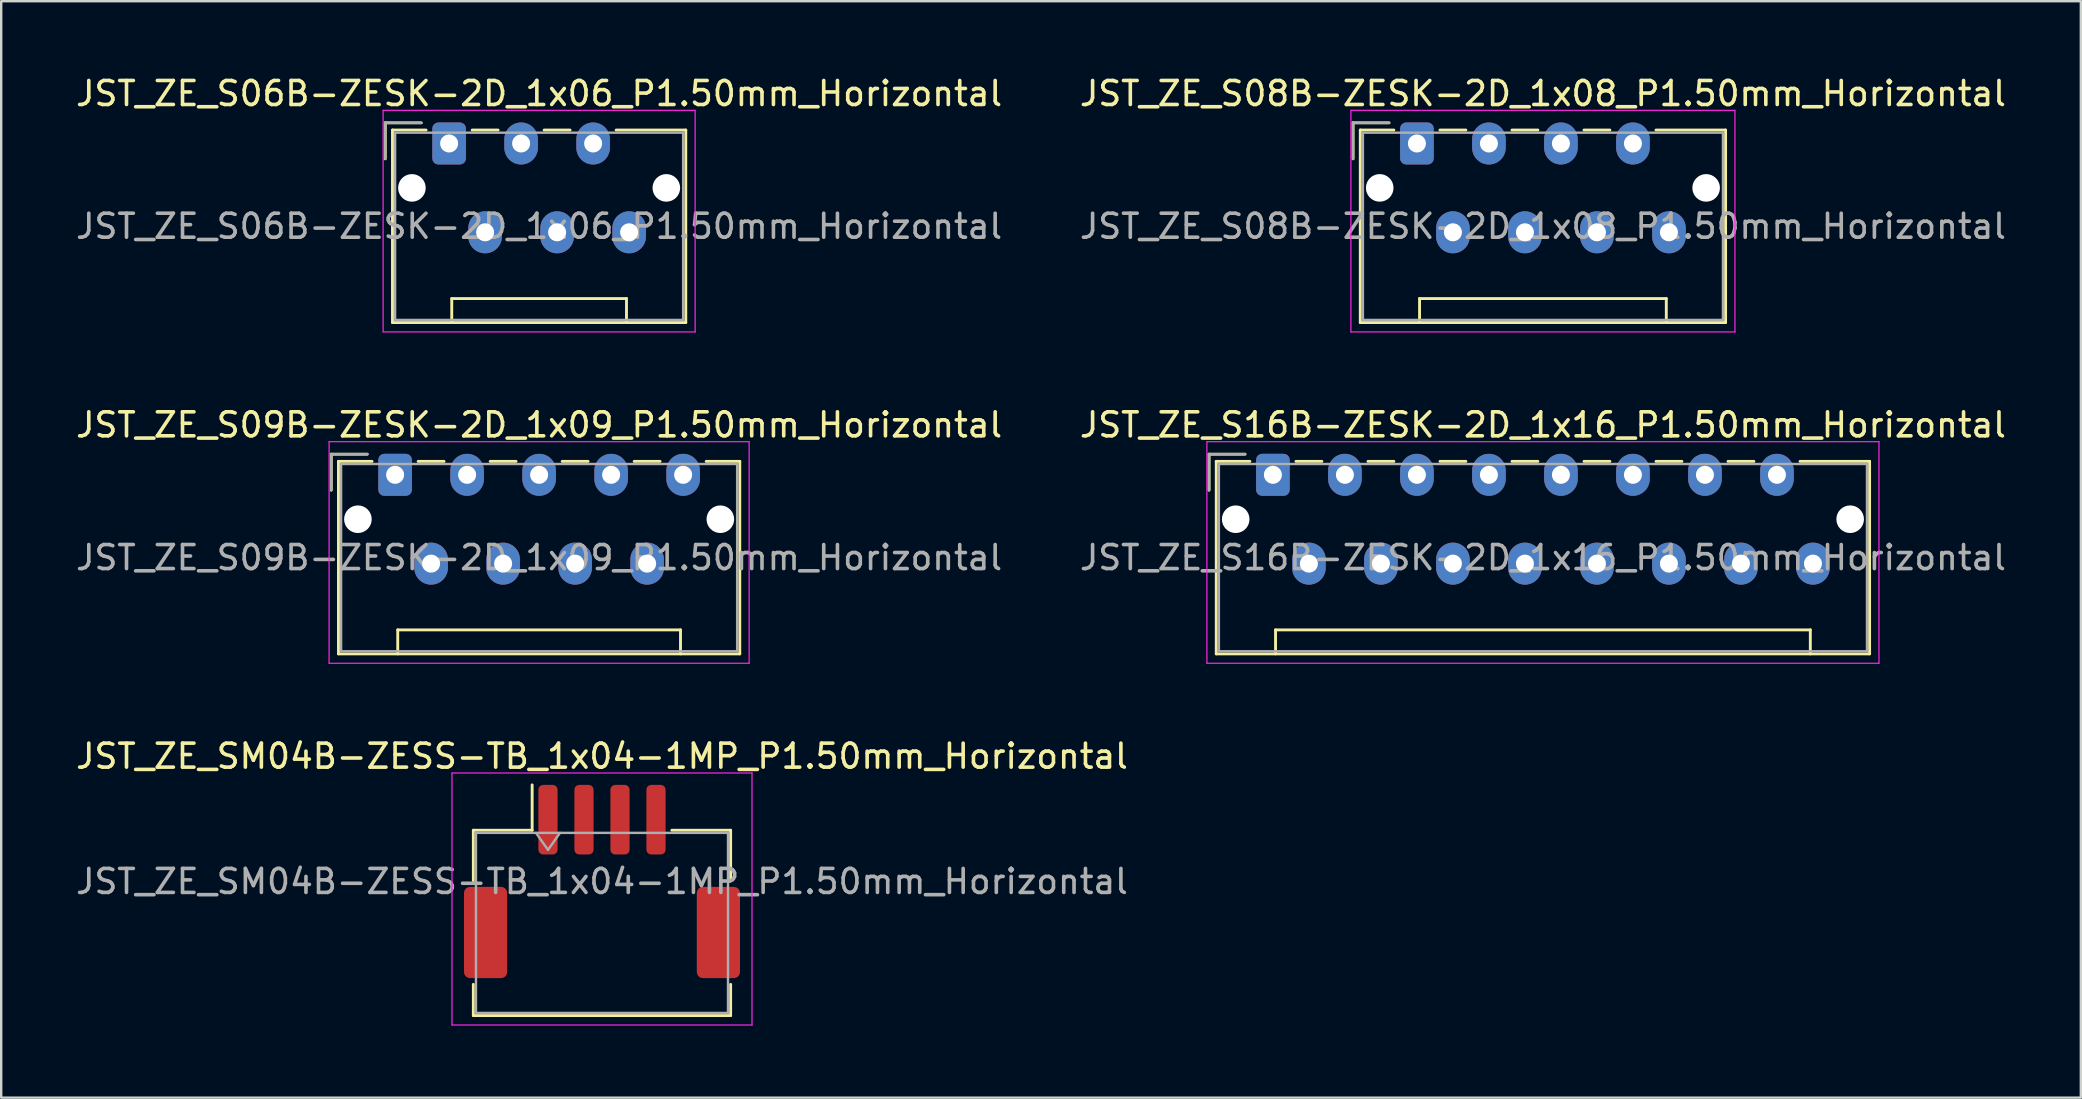
<source format=kicad_pcb>
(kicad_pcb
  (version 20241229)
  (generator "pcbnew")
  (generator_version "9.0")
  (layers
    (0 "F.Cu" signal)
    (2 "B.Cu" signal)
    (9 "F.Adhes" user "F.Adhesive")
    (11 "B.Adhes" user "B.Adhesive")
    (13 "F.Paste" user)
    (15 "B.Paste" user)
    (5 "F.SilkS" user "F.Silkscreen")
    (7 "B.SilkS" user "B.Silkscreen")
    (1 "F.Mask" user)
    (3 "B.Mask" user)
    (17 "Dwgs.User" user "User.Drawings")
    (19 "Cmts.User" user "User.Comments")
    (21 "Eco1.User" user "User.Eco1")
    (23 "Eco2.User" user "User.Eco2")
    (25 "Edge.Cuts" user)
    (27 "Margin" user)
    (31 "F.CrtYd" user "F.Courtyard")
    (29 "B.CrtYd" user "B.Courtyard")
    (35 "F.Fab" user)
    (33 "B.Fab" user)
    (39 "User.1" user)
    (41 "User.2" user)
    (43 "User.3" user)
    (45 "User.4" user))
  (footprint "JST_ZE_S16B-ZESK-2D_1x16_P1.50mm_Horizontal"
    (layer "F.Cu")
    (at 49.982 16.732)
    (property "Reference" "JST_ZE_S16B-ZESK-2D_1x16_P1.50mm_Horizontal" (at 11.25 -2.08 0) (layer "F.SilkS") (effects (font (size 1 1) (thickness 0.15))))
    (attr through_hole)
    (fp_line (start -2.66 -0.86) (end -1.16 -0.86) (stroke (width 0.12) (type solid)) (layer "F.SilkS"))
    (fp_line (start -2.66 0.64) (end -2.66 -0.86) (stroke (width 0.12) (type solid)) (layer "F.SilkS"))
    (fp_line (start -2.36 -0.56) (end -2.36 7.46) (stroke (width 0.12) (type solid)) (layer "F.SilkS"))
    (fp_line (start -2.36 7.46) (end 24.86 7.46) (stroke (width 0.12) (type solid)) (layer "F.SilkS"))
    (fp_line (start -0.96 -0.56) (end -2.36 -0.56) (stroke (width 0.12) (type solid)) (layer "F.SilkS"))
    (fp_line (start 0.11 6.46) (end 22.39 6.46) (stroke (width 0.12) (type solid)) (layer "F.SilkS"))
    (fp_line (start 0.11 7.46) (end 0.11 6.46) (stroke (width 0.12) (type solid)) (layer "F.SilkS"))
    (fp_line (start 0.96 -0.56) (end 2.04 -0.56) (stroke (width 0.12) (type solid)) (layer "F.SilkS"))
    (fp_line (start 3.96 -0.56) (end 5.04 -0.56) (stroke (width 0.12) (type solid)) (layer "F.SilkS"))
    (fp_line (start 6.96 -0.56) (end 8.04 -0.56) (stroke (width 0.12) (type solid)) (layer "F.SilkS"))
    (fp_line (start 9.96 -0.56) (end 11.04 -0.56) (stroke (width 0.12) (type solid)) (layer "F.SilkS"))
    (fp_line (start 12.96 -0.56) (end 14.04 -0.56) (stroke (width 0.12) (type solid)) (layer "F.SilkS"))
    (fp_line (start 15.96 -0.56) (end 17.04 -0.56) (stroke (width 0.12) (type solid)) (layer "F.SilkS"))
    (fp_line (start 18.96 -0.56) (end 20.04 -0.56) (stroke (width 0.12) (type solid)) (layer "F.SilkS"))
    (fp_line (start 22.39 6.46) (end 22.39 7.46) (stroke (width 0.12) (type solid)) (layer "F.SilkS"))
    (fp_line (start 24.86 -0.56) (end 21.96 -0.56) (stroke (width 0.12) (type solid)) (layer "F.SilkS"))
    (fp_line (start 24.86 7.46) (end 24.86 -0.56) (stroke (width 0.12) (type solid)) (layer "F.SilkS"))
    (fp_line (start -2.75 -1.38) (end -2.75 7.85) (stroke (width 0.05) (type solid)) (layer "F.CrtYd"))
    (fp_line (start -2.75 7.85) (end 25.25 7.85) (stroke (width 0.05) (type solid)) (layer "F.CrtYd"))
    (fp_line (start 25.25 -1.38) (end -2.75 -1.38) (stroke (width 0.05) (type solid)) (layer "F.CrtYd"))
    (fp_line (start 25.25 7.85) (end 25.25 -1.38) (stroke (width 0.05) (type solid)) (layer "F.CrtYd"))
    (fp_line (start -2.66 -0.86) (end -1.16 -0.86) (stroke (width 0.1) (type solid)) (layer "F.Fab"))
    (fp_line (start -2.66 0.64) (end -2.66 -0.86) (stroke (width 0.1) (type solid)) (layer "F.Fab"))
    (fp_line (start -2.25 -0.45) (end -2.25 7.35) (stroke (width 0.1) (type solid)) (layer "F.Fab"))
    (fp_line (start -2.25 7.35) (end 24.75 7.35) (stroke (width 0.1) (type solid)) (layer "F.Fab"))
    (fp_line (start 24.75 -0.45) (end -2.25 -0.45) (stroke (width 0.1) (type solid)) (layer "F.Fab"))
    (fp_line (start 24.75 7.35) (end 24.75 -0.45) (stroke (width 0.1) (type solid)) (layer "F.Fab"))
    (fp_text user "${REFERENCE}" (at 11.25 3.45 0) (layer "F.Fab") (effects (font (size 1 1) (thickness 0.15))))
    (pad "" np_thru_hole circle (at -1.55 1.85) (size 1.15 1.15) (drill 1.15) (layers "*.Cu" "*.Mask"))
    (pad "" np_thru_hole circle (at 24.05 1.85) (size 1.15 1.15) (drill 1.15) (layers "*.Cu" "*.Mask"))
    (pad "1" thru_hole roundrect (at 0 0) (size 1.4 1.75) (drill 0.75) (layers "*.Cu" "*.Mask") (roundrect_rratio 0.179))
    (pad "2" thru_hole oval (at 1.5 3.7) (size 1.4 1.75) (drill 0.75) (layers "*.Cu" "*.Mask"))
    (pad "3" thru_hole oval (at 3 0) (size 1.4 1.75) (drill 0.75) (layers "*.Cu" "*.Mask"))
    (pad "4" thru_hole oval (at 4.5 3.7) (size 1.4 1.75) (drill 0.75) (layers "*.Cu" "*.Mask"))
    (pad "5" thru_hole oval (at 6 0) (size 1.4 1.75) (drill 0.75) (layers "*.Cu" "*.Mask"))
    (pad "6" thru_hole oval (at 7.5 3.7) (size 1.4 1.75) (drill 0.75) (layers "*.Cu" "*.Mask"))
    (pad "7" thru_hole oval (at 9 0) (size 1.4 1.75) (drill 0.75) (layers "*.Cu" "*.Mask"))
    (pad "8" thru_hole oval (at 10.5 3.7) (size 1.4 1.75) (drill 0.75) (layers "*.Cu" "*.Mask"))
    (pad "9" thru_hole oval (at 12 0) (size 1.4 1.75) (drill 0.75) (layers "*.Cu" "*.Mask"))
    (pad "10" thru_hole oval (at 13.5 3.7) (size 1.4 1.75) (drill 0.75) (layers "*.Cu" "*.Mask"))
    (pad "11" thru_hole oval (at 15 0) (size 1.4 1.75) (drill 0.75) (layers "*.Cu" "*.Mask"))
    (pad "12" thru_hole oval (at 16.5 3.7) (size 1.4 1.75) (drill 0.75) (layers "*.Cu" "*.Mask"))
    (pad "13" thru_hole oval (at 18 0) (size 1.4 1.75) (drill 0.75) (layers "*.Cu" "*.Mask"))
    (pad "14" thru_hole oval (at 19.5 3.7) (size 1.4 1.75) (drill 0.75) (layers "*.Cu" "*.Mask"))
    (pad "15" thru_hole oval (at 21 0) (size 1.4 1.75) (drill 0.75) (layers "*.Cu" "*.Mask"))
    (pad "16" thru_hole oval (at 22.5 3.7) (size 1.4 1.75) (drill 0.75) (layers "*.Cu" "*.Mask")))
  (footprint "JST_ZE_S09B-ZESK-2D_1x09_P1.50mm_Horizontal"
    (layer "F.Cu")
    (at 13.411 16.732)
    (property "Reference" "JST_ZE_S09B-ZESK-2D_1x09_P1.50mm_Horizontal" (at 6 -2.08 0) (layer "F.SilkS") (effects (font (size 1 1) (thickness 0.15))))
    (attr through_hole)
    (fp_line (start -2.66 -0.86) (end -1.16 -0.86) (stroke (width 0.12) (type solid)) (layer "F.SilkS"))
    (fp_line (start -2.66 0.64) (end -2.66 -0.86) (stroke (width 0.12) (type solid)) (layer "F.SilkS"))
    (fp_line (start -2.36 -0.56) (end -2.36 7.46) (stroke (width 0.12) (type solid)) (layer "F.SilkS"))
    (fp_line (start -2.36 7.46) (end 14.36 7.46) (stroke (width 0.12) (type solid)) (layer "F.SilkS"))
    (fp_line (start -0.96 -0.56) (end -2.36 -0.56) (stroke (width 0.12) (type solid)) (layer "F.SilkS"))
    (fp_line (start 0.11 6.46) (end 11.89 6.46) (stroke (width 0.12) (type solid)) (layer "F.SilkS"))
    (fp_line (start 0.11 7.46) (end 0.11 6.46) (stroke (width 0.12) (type solid)) (layer "F.SilkS"))
    (fp_line (start 0.96 -0.56) (end 2.04 -0.56) (stroke (width 0.12) (type solid)) (layer "F.SilkS"))
    (fp_line (start 3.96 -0.56) (end 5.04 -0.56) (stroke (width 0.12) (type solid)) (layer "F.SilkS"))
    (fp_line (start 6.96 -0.56) (end 8.04 -0.56) (stroke (width 0.12) (type solid)) (layer "F.SilkS"))
    (fp_line (start 9.96 -0.56) (end 11.04 -0.56) (stroke (width 0.12) (type solid)) (layer "F.SilkS"))
    (fp_line (start 11.89 6.46) (end 11.89 7.46) (stroke (width 0.12) (type solid)) (layer "F.SilkS"))
    (fp_line (start 14.36 -0.56) (end 12.96 -0.56) (stroke (width 0.12) (type solid)) (layer "F.SilkS"))
    (fp_line (start 14.36 7.46) (end 14.36 -0.56) (stroke (width 0.12) (type solid)) (layer "F.SilkS"))
    (fp_line (start -2.75 -1.38) (end -2.75 7.85) (stroke (width 0.05) (type solid)) (layer "F.CrtYd"))
    (fp_line (start -2.75 7.85) (end 14.75 7.85) (stroke (width 0.05) (type solid)) (layer "F.CrtYd"))
    (fp_line (start 14.75 -1.38) (end -2.75 -1.38) (stroke (width 0.05) (type solid)) (layer "F.CrtYd"))
    (fp_line (start 14.75 7.85) (end 14.75 -1.38) (stroke (width 0.05) (type solid)) (layer "F.CrtYd"))
    (fp_line (start -2.66 -0.86) (end -1.16 -0.86) (stroke (width 0.1) (type solid)) (layer "F.Fab"))
    (fp_line (start -2.66 0.64) (end -2.66 -0.86) (stroke (width 0.1) (type solid)) (layer "F.Fab"))
    (fp_line (start -2.25 -0.45) (end -2.25 7.35) (stroke (width 0.1) (type solid)) (layer "F.Fab"))
    (fp_line (start -2.25 7.35) (end 14.25 7.35) (stroke (width 0.1) (type solid)) (layer "F.Fab"))
    (fp_line (start 14.25 -0.45) (end -2.25 -0.45) (stroke (width 0.1) (type solid)) (layer "F.Fab"))
    (fp_line (start 14.25 7.35) (end 14.25 -0.45) (stroke (width 0.1) (type solid)) (layer "F.Fab"))
    (fp_text user "${REFERENCE}" (at 6 3.45 0) (layer "F.Fab") (effects (font (size 1 1) (thickness 0.15))))
    (pad "" np_thru_hole circle (at -1.55 1.85) (size 1.15 1.15) (drill 1.15) (layers "*.Cu" "*.Mask"))
    (pad "" np_thru_hole circle (at 13.55 1.85) (size 1.15 1.15) (drill 1.15) (layers "*.Cu" "*.Mask"))
    (pad "1" thru_hole roundrect (at 0 0) (size 1.4 1.75) (drill 0.75) (layers "*.Cu" "*.Mask") (roundrect_rratio 0.179))
    (pad "2" thru_hole oval (at 1.5 3.7) (size 1.4 1.75) (drill 0.75) (layers "*.Cu" "*.Mask"))
    (pad "3" thru_hole oval (at 3 0) (size 1.4 1.75) (drill 0.75) (layers "*.Cu" "*.Mask"))
    (pad "4" thru_hole oval (at 4.5 3.7) (size 1.4 1.75) (drill 0.75) (layers "*.Cu" "*.Mask"))
    (pad "5" thru_hole oval (at 6 0) (size 1.4 1.75) (drill 0.75) (layers "*.Cu" "*.Mask"))
    (pad "6" thru_hole oval (at 7.5 3.7) (size 1.4 1.75) (drill 0.75) (layers "*.Cu" "*.Mask"))
    (pad "7" thru_hole oval (at 9 0) (size 1.4 1.75) (drill 0.75) (layers "*.Cu" "*.Mask"))
    (pad "8" thru_hole oval (at 10.5 3.7) (size 1.4 1.75) (drill 0.75) (layers "*.Cu" "*.Mask"))
    (pad "9" thru_hole oval (at 12 0) (size 1.4 1.75) (drill 0.75) (layers "*.Cu" "*.Mask")))
  (footprint "JST_ZE_S08B-ZESK-2D_1x08_P1.50mm_Horizontal"
    (layer "F.Cu")
    (at 55.982 2.928)
    (property "Reference" "JST_ZE_S08B-ZESK-2D_1x08_P1.50mm_Horizontal" (at 5.25 -2.08 0) (layer "F.SilkS") (effects (font (size 1 1) (thickness 0.15))))
    (attr through_hole)
    (fp_line (start -2.66 -0.86) (end -1.16 -0.86) (stroke (width 0.12) (type solid)) (layer "F.SilkS"))
    (fp_line (start -2.66 0.64) (end -2.66 -0.86) (stroke (width 0.12) (type solid)) (layer "F.SilkS"))
    (fp_line (start -2.36 -0.56) (end -2.36 7.46) (stroke (width 0.12) (type solid)) (layer "F.SilkS"))
    (fp_line (start -2.36 7.46) (end 12.86 7.46) (stroke (width 0.12) (type solid)) (layer "F.SilkS"))
    (fp_line (start -0.96 -0.56) (end -2.36 -0.56) (stroke (width 0.12) (type solid)) (layer "F.SilkS"))
    (fp_line (start 0.11 6.46) (end 10.39 6.46) (stroke (width 0.12) (type solid)) (layer "F.SilkS"))
    (fp_line (start 0.11 7.46) (end 0.11 6.46) (stroke (width 0.12) (type solid)) (layer "F.SilkS"))
    (fp_line (start 0.96 -0.56) (end 2.04 -0.56) (stroke (width 0.12) (type solid)) (layer "F.SilkS"))
    (fp_line (start 3.96 -0.56) (end 5.04 -0.56) (stroke (width 0.12) (type solid)) (layer "F.SilkS"))
    (fp_line (start 6.96 -0.56) (end 8.04 -0.56) (stroke (width 0.12) (type solid)) (layer "F.SilkS"))
    (fp_line (start 10.39 6.46) (end 10.39 7.46) (stroke (width 0.12) (type solid)) (layer "F.SilkS"))
    (fp_line (start 12.86 -0.56) (end 9.96 -0.56) (stroke (width 0.12) (type solid)) (layer "F.SilkS"))
    (fp_line (start 12.86 7.46) (end 12.86 -0.56) (stroke (width 0.12) (type solid)) (layer "F.SilkS"))
    (fp_line (start -2.75 -1.38) (end -2.75 7.85) (stroke (width 0.05) (type solid)) (layer "F.CrtYd"))
    (fp_line (start -2.75 7.85) (end 13.25 7.85) (stroke (width 0.05) (type solid)) (layer "F.CrtYd"))
    (fp_line (start 13.25 -1.38) (end -2.75 -1.38) (stroke (width 0.05) (type solid)) (layer "F.CrtYd"))
    (fp_line (start 13.25 7.85) (end 13.25 -1.38) (stroke (width 0.05) (type solid)) (layer "F.CrtYd"))
    (fp_line (start -2.66 -0.86) (end -1.16 -0.86) (stroke (width 0.1) (type solid)) (layer "F.Fab"))
    (fp_line (start -2.66 0.64) (end -2.66 -0.86) (stroke (width 0.1) (type solid)) (layer "F.Fab"))
    (fp_line (start -2.25 -0.45) (end -2.25 7.35) (stroke (width 0.1) (type solid)) (layer "F.Fab"))
    (fp_line (start -2.25 7.35) (end 12.75 7.35) (stroke (width 0.1) (type solid)) (layer "F.Fab"))
    (fp_line (start 12.75 -0.45) (end -2.25 -0.45) (stroke (width 0.1) (type solid)) (layer "F.Fab"))
    (fp_line (start 12.75 7.35) (end 12.75 -0.45) (stroke (width 0.1) (type solid)) (layer "F.Fab"))
    (fp_text user "${REFERENCE}" (at 5.25 3.45 0) (layer "F.Fab") (effects (font (size 1 1) (thickness 0.15))))
    (pad "" np_thru_hole circle (at -1.55 1.85) (size 1.15 1.15) (drill 1.15) (layers "*.Cu" "*.Mask"))
    (pad "" np_thru_hole circle (at 12.05 1.85) (size 1.15 1.15) (drill 1.15) (layers "*.Cu" "*.Mask"))
    (pad "1" thru_hole roundrect (at 0 0) (size 1.4 1.75) (drill 0.75) (layers "*.Cu" "*.Mask") (roundrect_rratio 0.179))
    (pad "2" thru_hole oval (at 1.5 3.7) (size 1.4 1.75) (drill 0.75) (layers "*.Cu" "*.Mask"))
    (pad "3" thru_hole oval (at 3 0) (size 1.4 1.75) (drill 0.75) (layers "*.Cu" "*.Mask"))
    (pad "4" thru_hole oval (at 4.5 3.7) (size 1.4 1.75) (drill 0.75) (layers "*.Cu" "*.Mask"))
    (pad "5" thru_hole oval (at 6 0) (size 1.4 1.75) (drill 0.75) (layers "*.Cu" "*.Mask"))
    (pad "6" thru_hole oval (at 7.5 3.7) (size 1.4 1.75) (drill 0.75) (layers "*.Cu" "*.Mask"))
    (pad "7" thru_hole oval (at 9 0) (size 1.4 1.75) (drill 0.75) (layers "*.Cu" "*.Mask"))
    (pad "8" thru_hole oval (at 10.5 3.7) (size 1.4 1.75) (drill 0.75) (layers "*.Cu" "*.Mask")))
  (footprint "JST_ZE_S06B-ZESK-2D_1x06_P1.50mm_Horizontal"
    (layer "F.Cu")
    (at 15.661 2.928)
    (property "Reference" "JST_ZE_S06B-ZESK-2D_1x06_P1.50mm_Horizontal" (at 3.75 -2.08 0) (layer "F.SilkS") (effects (font (size 1 1) (thickness 0.15))))
    (attr through_hole)
    (fp_line (start -2.66 -0.86) (end -1.16 -0.86) (stroke (width 0.12) (type solid)) (layer "F.SilkS"))
    (fp_line (start -2.66 0.64) (end -2.66 -0.86) (stroke (width 0.12) (type solid)) (layer "F.SilkS"))
    (fp_line (start -2.36 -0.56) (end -2.36 7.46) (stroke (width 0.12) (type solid)) (layer "F.SilkS"))
    (fp_line (start -2.36 7.46) (end 9.86 7.46) (stroke (width 0.12) (type solid)) (layer "F.SilkS"))
    (fp_line (start -0.96 -0.56) (end -2.36 -0.56) (stroke (width 0.12) (type solid)) (layer "F.SilkS"))
    (fp_line (start 0.11 6.46) (end 7.39 6.46) (stroke (width 0.12) (type solid)) (layer "F.SilkS"))
    (fp_line (start 0.11 7.46) (end 0.11 6.46) (stroke (width 0.12) (type solid)) (layer "F.SilkS"))
    (fp_line (start 0.96 -0.56) (end 2.04 -0.56) (stroke (width 0.12) (type solid)) (layer "F.SilkS"))
    (fp_line (start 3.96 -0.56) (end 5.04 -0.56) (stroke (width 0.12) (type solid)) (layer "F.SilkS"))
    (fp_line (start 7.39 6.46) (end 7.39 7.46) (stroke (width 0.12) (type solid)) (layer "F.SilkS"))
    (fp_line (start 9.86 -0.56) (end 6.96 -0.56) (stroke (width 0.12) (type solid)) (layer "F.SilkS"))
    (fp_line (start 9.86 7.46) (end 9.86 -0.56) (stroke (width 0.12) (type solid)) (layer "F.SilkS"))
    (fp_line (start -2.75 -1.38) (end -2.75 7.85) (stroke (width 0.05) (type solid)) (layer "F.CrtYd"))
    (fp_line (start -2.75 7.85) (end 10.25 7.85) (stroke (width 0.05) (type solid)) (layer "F.CrtYd"))
    (fp_line (start 10.25 -1.38) (end -2.75 -1.38) (stroke (width 0.05) (type solid)) (layer "F.CrtYd"))
    (fp_line (start 10.25 7.85) (end 10.25 -1.38) (stroke (width 0.05) (type solid)) (layer "F.CrtYd"))
    (fp_line (start -2.66 -0.86) (end -1.16 -0.86) (stroke (width 0.1) (type solid)) (layer "F.Fab"))
    (fp_line (start -2.66 0.64) (end -2.66 -0.86) (stroke (width 0.1) (type solid)) (layer "F.Fab"))
    (fp_line (start -2.25 -0.45) (end -2.25 7.35) (stroke (width 0.1) (type solid)) (layer "F.Fab"))
    (fp_line (start -2.25 7.35) (end 9.75 7.35) (stroke (width 0.1) (type solid)) (layer "F.Fab"))
    (fp_line (start 9.75 -0.45) (end -2.25 -0.45) (stroke (width 0.1) (type solid)) (layer "F.Fab"))
    (fp_line (start 9.75 7.35) (end 9.75 -0.45) (stroke (width 0.1) (type solid)) (layer "F.Fab"))
    (fp_text user "${REFERENCE}" (at 3.75 3.45 0) (layer "F.Fab") (effects (font (size 1 1) (thickness 0.15))))
    (pad "" np_thru_hole circle (at -1.55 1.85) (size 1.15 1.15) (drill 1.15) (layers "*.Cu" "*.Mask"))
    (pad "" np_thru_hole circle (at 9.05 1.85) (size 1.15 1.15) (drill 1.15) (layers "*.Cu" "*.Mask"))
    (pad "1" thru_hole roundrect (at 0 0) (size 1.4 1.75) (drill 0.75) (layers "*.Cu" "*.Mask") (roundrect_rratio 0.179))
    (pad "2" thru_hole oval (at 1.5 3.7) (size 1.4 1.75) (drill 0.75) (layers "*.Cu" "*.Mask"))
    (pad "3" thru_hole oval (at 3 0) (size 1.4 1.75) (drill 0.75) (layers "*.Cu" "*.Mask"))
    (pad "4" thru_hole oval (at 4.5 3.7) (size 1.4 1.75) (drill 0.75) (layers "*.Cu" "*.Mask"))
    (pad "5" thru_hole oval (at 6 0) (size 1.4 1.75) (drill 0.75) (layers "*.Cu" "*.Mask"))
    (pad "6" thru_hole oval (at 7.5 3.7) (size 1.4 1.75) (drill 0.75) (layers "*.Cu" "*.Mask")))
  (footprint "JST_ZE_SM04B-ZESS-TB_1x04-1MP_P1.50mm_Horizontal"
    (layer "F.Cu")
    (at 22.03 33.675)
    (property "Reference" "JST_ZE_SM04B-ZESS-TB_1x04-1MP_P1.50mm_Horizontal" (at 0 -5.22 0) (layer "F.SilkS") (effects (font (size 1 1) (thickness 0.15))))
    (attr smd)
    (fp_line (start -5.36 -2.135) (end -2.91 -2.135) (stroke (width 0.12) (type solid)) (layer "F.SilkS"))
    (fp_line (start -5.36 -0.035) (end -5.36 -2.135) (stroke (width 0.12) (type solid)) (layer "F.SilkS"))
    (fp_line (start -5.36 4.285) (end -5.36 5.585) (stroke (width 0.12) (type solid)) (layer "F.SilkS"))
    (fp_line (start -5.36 5.585) (end 5.36 5.585) (stroke (width 0.12) (type solid)) (layer "F.SilkS"))
    (fp_line (start -2.91 -2.135) (end -2.91 -4.025) (stroke (width 0.12) (type solid)) (layer "F.SilkS"))
    (fp_line (start 5.36 -2.135) (end 2.91 -2.135) (stroke (width 0.12) (type solid)) (layer "F.SilkS"))
    (fp_line (start 5.36 -0.035) (end 5.36 -2.135) (stroke (width 0.12) (type solid)) (layer "F.SilkS"))
    (fp_line (start 5.36 5.585) (end 5.36 4.285) (stroke (width 0.12) (type solid)) (layer "F.SilkS"))
    (fp_line (start -6.25 -4.52) (end -6.25 5.98) (stroke (width 0.05) (type solid)) (layer "F.CrtYd"))
    (fp_line (start -6.25 5.98) (end 6.25 5.98) (stroke (width 0.05) (type solid)) (layer "F.CrtYd"))
    (fp_line (start 6.25 -4.52) (end -6.25 -4.52) (stroke (width 0.05) (type solid)) (layer "F.CrtYd"))
    (fp_line (start 6.25 5.98) (end 6.25 -4.52) (stroke (width 0.05) (type solid)) (layer "F.CrtYd"))
    (fp_line (start -5.25 -2.025) (end -5.25 5.475) (stroke (width 0.1) (type solid)) (layer "F.Fab"))
    (fp_line (start -5.25 -2.025) (end 5.25 -2.025) (stroke (width 0.1) (type solid)) (layer "F.Fab"))
    (fp_line (start -5.25 5.475) (end 5.25 5.475) (stroke (width 0.1) (type solid)) (layer "F.Fab"))
    (fp_line (start -2.75 -2.025) (end -2.25 -1.318) (stroke (width 0.1) (type solid)) (layer "F.Fab"))
    (fp_line (start -2.25 -1.318) (end -1.75 -2.025) (stroke (width 0.1) (type solid)) (layer "F.Fab"))
    (fp_line (start 5.25 -2.025) (end 5.25 5.475) (stroke (width 0.1) (type solid)) (layer "F.Fab"))
    (fp_text user "${REFERENCE}" (at 0 0 0) (layer "F.Fab") (effects (font (size 1 1) (thickness 0.15))))
    (pad "1" smd roundrect (at -2.25 -2.575) (size 0.8 2.9) (layers "F.Cu" "F.Mask" "F.Paste") (roundrect_rratio 0.25))
    (pad "2" smd roundrect (at -0.75 -2.575) (size 0.8 2.9) (layers "F.Cu" "F.Mask" "F.Paste") (roundrect_rratio 0.25))
    (pad "3" smd roundrect (at 0.75 -2.575) (size 0.8 2.9) (layers "F.Cu" "F.Mask" "F.Paste") (roundrect_rratio 0.25))
    (pad "4" smd roundrect (at 2.25 -2.575) (size 0.8 2.9) (layers "F.Cu" "F.Mask" "F.Paste") (roundrect_rratio 0.25))
    (pad "MP" smd roundrect (at -4.85 2.125) (size 1.8 3.8) (layers "F.Cu" "F.Mask" "F.Paste") (roundrect_rratio 0.139))
    (pad "MP" smd roundrect (at 4.85 2.125) (size 1.8 3.8) (layers "F.Cu" "F.Mask" "F.Paste") (roundrect_rratio 0.139)))
  (gr_rect
    (start -3 -3)
    (end 83.643 42.68)
    (stroke (width 0.1) (type default))
    (fill no)
    (layer "Edge.Cuts")))
</source>
